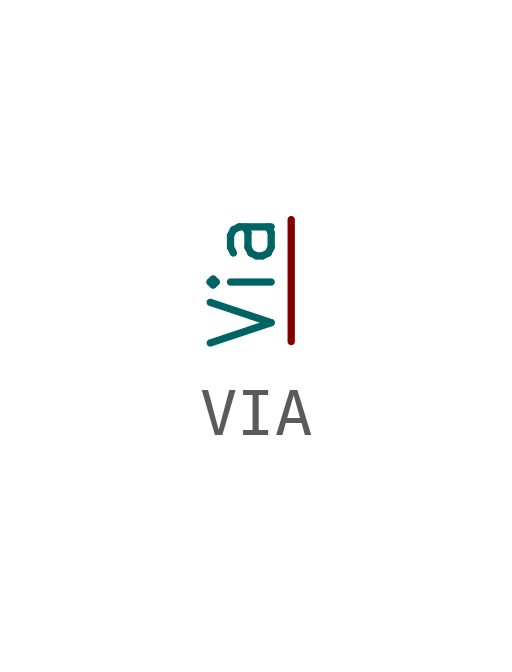
<source format=kicad_sym>
(kicad_symbol_lib
  (version 20231120)
  (generator "kicad_symbol_editor")
  (generator_version "8.0")
  (symbol "VIA"
    (pin_numbers hide)
    (pin_names
      (offset 0))
    (property "Reference" "H"
      (at 0 0 0)
      (effects (font (size 1.27 1.27)) (hide yes)))
    (property "Value" ""
      (at 0 0 0)
      (effects (font (size 1.27 1.27))))
    (symbol "VIA_1_1"
      (pin passive line (at 0 -1.27 90) (length 2.54) (name "Via" (effects (font (size 1.27 1.27)))) (number "1" (effects (font (size 1.27 1.27))))))))
</source>
